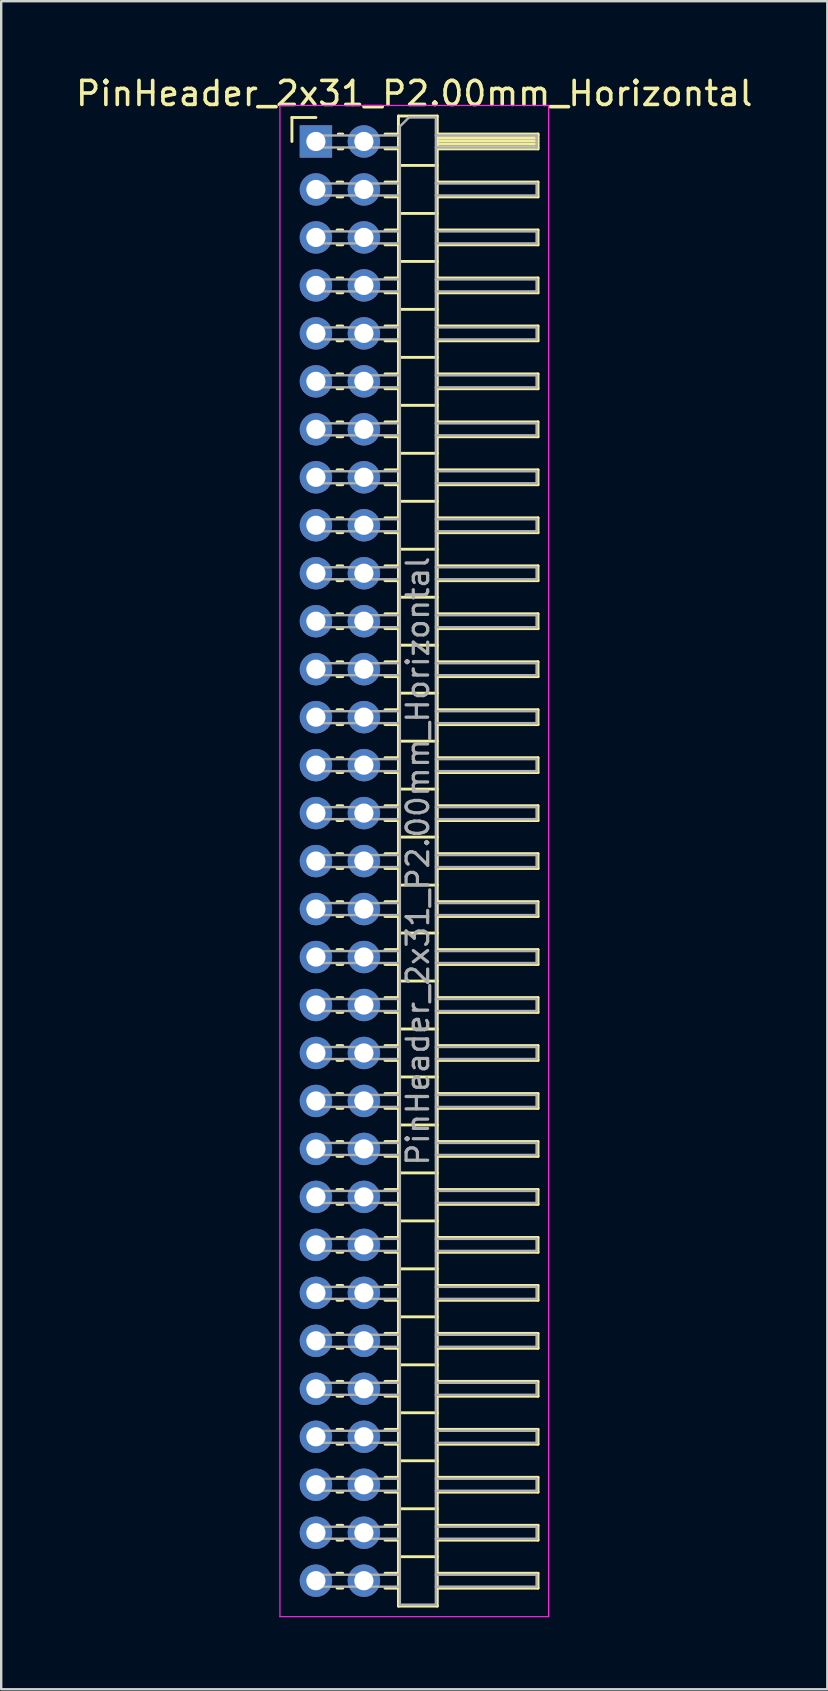
<source format=kicad_pcb>
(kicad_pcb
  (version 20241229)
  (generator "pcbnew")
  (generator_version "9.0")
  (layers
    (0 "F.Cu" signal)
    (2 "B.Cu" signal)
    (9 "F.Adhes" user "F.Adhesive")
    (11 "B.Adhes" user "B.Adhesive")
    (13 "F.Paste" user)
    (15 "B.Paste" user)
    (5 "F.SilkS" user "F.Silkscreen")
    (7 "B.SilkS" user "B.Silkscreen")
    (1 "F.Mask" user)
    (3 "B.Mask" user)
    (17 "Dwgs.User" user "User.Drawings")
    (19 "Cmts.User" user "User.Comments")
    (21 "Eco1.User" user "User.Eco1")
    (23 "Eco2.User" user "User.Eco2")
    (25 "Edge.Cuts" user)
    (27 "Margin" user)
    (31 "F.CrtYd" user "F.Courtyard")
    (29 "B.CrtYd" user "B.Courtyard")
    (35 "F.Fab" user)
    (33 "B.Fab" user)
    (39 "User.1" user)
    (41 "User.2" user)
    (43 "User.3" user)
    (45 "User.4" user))
  (footprint "PinHeader_2x31_P2.00mm_Horizontal"
    (layer "F.Cu")
    (at 10.12 2.848)
    (property "Reference" "PinHeader_2x31_P2.00mm_Horizontal" (at 4.1 -2 0) (layer "F.SilkS") (effects (font (size 1 1) (thickness 0.15))))
    (attr through_hole)
    (fp_line (start -1 -1) (end 0 -1) (stroke (width 0.12) (type solid)) (layer "F.SilkS"))
    (fp_line (start -1 0) (end -1 -1) (stroke (width 0.12) (type solid)) (layer "F.SilkS"))
    (fp_line (start 0.882 1.69) (end 1.118 1.69) (stroke (width 0.12) (type solid)) (layer "F.SilkS"))
    (fp_line (start 0.882 2.31) (end 1.118 2.31) (stroke (width 0.12) (type solid)) (layer "F.SilkS"))
    (fp_line (start 0.882 3.69) (end 1.118 3.69) (stroke (width 0.12) (type solid)) (layer "F.SilkS"))
    (fp_line (start 0.882 4.31) (end 1.118 4.31) (stroke (width 0.12) (type solid)) (layer "F.SilkS"))
    (fp_line (start 0.882 5.69) (end 1.118 5.69) (stroke (width 0.12) (type solid)) (layer "F.SilkS"))
    (fp_line (start 0.882 6.31) (end 1.118 6.31) (stroke (width 0.12) (type solid)) (layer "F.SilkS"))
    (fp_line (start 0.882 7.69) (end 1.118 7.69) (stroke (width 0.12) (type solid)) (layer "F.SilkS"))
    (fp_line (start 0.882 8.31) (end 1.118 8.31) (stroke (width 0.12) (type solid)) (layer "F.SilkS"))
    (fp_line (start 0.882 9.69) (end 1.118 9.69) (stroke (width 0.12) (type solid)) (layer "F.SilkS"))
    (fp_line (start 0.882 10.31) (end 1.118 10.31) (stroke (width 0.12) (type solid)) (layer "F.SilkS"))
    (fp_line (start 0.882 11.69) (end 1.118 11.69) (stroke (width 0.12) (type solid)) (layer "F.SilkS"))
    (fp_line (start 0.882 12.31) (end 1.118 12.31) (stroke (width 0.12) (type solid)) (layer "F.SilkS"))
    (fp_line (start 0.882 13.69) (end 1.118 13.69) (stroke (width 0.12) (type solid)) (layer "F.SilkS"))
    (fp_line (start 0.882 14.31) (end 1.118 14.31) (stroke (width 0.12) (type solid)) (layer "F.SilkS"))
    (fp_line (start 0.882 15.69) (end 1.118 15.69) (stroke (width 0.12) (type solid)) (layer "F.SilkS"))
    (fp_line (start 0.882 16.31) (end 1.118 16.31) (stroke (width 0.12) (type solid)) (layer "F.SilkS"))
    (fp_line (start 0.882 17.69) (end 1.118 17.69) (stroke (width 0.12) (type solid)) (layer "F.SilkS"))
    (fp_line (start 0.882 18.31) (end 1.118 18.31) (stroke (width 0.12) (type solid)) (layer "F.SilkS"))
    (fp_line (start 0.882 19.69) (end 1.118 19.69) (stroke (width 0.12) (type solid)) (layer "F.SilkS"))
    (fp_line (start 0.882 20.31) (end 1.118 20.31) (stroke (width 0.12) (type solid)) (layer "F.SilkS"))
    (fp_line (start 0.882 21.69) (end 1.118 21.69) (stroke (width 0.12) (type solid)) (layer "F.SilkS"))
    (fp_line (start 0.882 22.31) (end 1.118 22.31) (stroke (width 0.12) (type solid)) (layer "F.SilkS"))
    (fp_line (start 0.882 23.69) (end 1.118 23.69) (stroke (width 0.12) (type solid)) (layer "F.SilkS"))
    (fp_line (start 0.882 24.31) (end 1.118 24.31) (stroke (width 0.12) (type solid)) (layer "F.SilkS"))
    (fp_line (start 0.882 25.69) (end 1.118 25.69) (stroke (width 0.12) (type solid)) (layer "F.SilkS"))
    (fp_line (start 0.882 26.31) (end 1.118 26.31) (stroke (width 0.12) (type solid)) (layer "F.SilkS"))
    (fp_line (start 0.882 27.69) (end 1.118 27.69) (stroke (width 0.12) (type solid)) (layer "F.SilkS"))
    (fp_line (start 0.882 28.31) (end 1.118 28.31) (stroke (width 0.12) (type solid)) (layer "F.SilkS"))
    (fp_line (start 0.882 29.69) (end 1.118 29.69) (stroke (width 0.12) (type solid)) (layer "F.SilkS"))
    (fp_line (start 0.882 30.31) (end 1.118 30.31) (stroke (width 0.12) (type solid)) (layer "F.SilkS"))
    (fp_line (start 0.882 31.69) (end 1.118 31.69) (stroke (width 0.12) (type solid)) (layer "F.SilkS"))
    (fp_line (start 0.882 32.31) (end 1.118 32.31) (stroke (width 0.12) (type solid)) (layer "F.SilkS"))
    (fp_line (start 0.882 33.69) (end 1.118 33.69) (stroke (width 0.12) (type solid)) (layer "F.SilkS"))
    (fp_line (start 0.882 34.31) (end 1.118 34.31) (stroke (width 0.12) (type solid)) (layer "F.SilkS"))
    (fp_line (start 0.882 35.69) (end 1.118 35.69) (stroke (width 0.12) (type solid)) (layer "F.SilkS"))
    (fp_line (start 0.882 36.31) (end 1.118 36.31) (stroke (width 0.12) (type solid)) (layer "F.SilkS"))
    (fp_line (start 0.882 37.69) (end 1.118 37.69) (stroke (width 0.12) (type solid)) (layer "F.SilkS"))
    (fp_line (start 0.882 38.31) (end 1.118 38.31) (stroke (width 0.12) (type solid)) (layer "F.SilkS"))
    (fp_line (start 0.882 39.69) (end 1.118 39.69) (stroke (width 0.12) (type solid)) (layer "F.SilkS"))
    (fp_line (start 0.882 40.31) (end 1.118 40.31) (stroke (width 0.12) (type solid)) (layer "F.SilkS"))
    (fp_line (start 0.882 41.69) (end 1.118 41.69) (stroke (width 0.12) (type solid)) (layer "F.SilkS"))
    (fp_line (start 0.882 42.31) (end 1.118 42.31) (stroke (width 0.12) (type solid)) (layer "F.SilkS"))
    (fp_line (start 0.882 43.69) (end 1.118 43.69) (stroke (width 0.12) (type solid)) (layer "F.SilkS"))
    (fp_line (start 0.882 44.31) (end 1.118 44.31) (stroke (width 0.12) (type solid)) (layer "F.SilkS"))
    (fp_line (start 0.882 45.69) (end 1.118 45.69) (stroke (width 0.12) (type solid)) (layer "F.SilkS"))
    (fp_line (start 0.882 46.31) (end 1.118 46.31) (stroke (width 0.12) (type solid)) (layer "F.SilkS"))
    (fp_line (start 0.882 47.69) (end 1.118 47.69) (stroke (width 0.12) (type solid)) (layer "F.SilkS"))
    (fp_line (start 0.882 48.31) (end 1.118 48.31) (stroke (width 0.12) (type solid)) (layer "F.SilkS"))
    (fp_line (start 0.882 49.69) (end 1.118 49.69) (stroke (width 0.12) (type solid)) (layer "F.SilkS"))
    (fp_line (start 0.882 50.31) (end 1.118 50.31) (stroke (width 0.12) (type solid)) (layer "F.SilkS"))
    (fp_line (start 0.882 51.69) (end 1.118 51.69) (stroke (width 0.12) (type solid)) (layer "F.SilkS"))
    (fp_line (start 0.882 52.31) (end 1.118 52.31) (stroke (width 0.12) (type solid)) (layer "F.SilkS"))
    (fp_line (start 0.882 53.69) (end 1.118 53.69) (stroke (width 0.12) (type solid)) (layer "F.SilkS"))
    (fp_line (start 0.882 54.31) (end 1.118 54.31) (stroke (width 0.12) (type solid)) (layer "F.SilkS"))
    (fp_line (start 0.882 55.69) (end 1.118 55.69) (stroke (width 0.12) (type solid)) (layer "F.SilkS"))
    (fp_line (start 0.882 56.31) (end 1.118 56.31) (stroke (width 0.12) (type solid)) (layer "F.SilkS"))
    (fp_line (start 0.882 57.69) (end 1.118 57.69) (stroke (width 0.12) (type solid)) (layer "F.SilkS"))
    (fp_line (start 0.882 58.31) (end 1.118 58.31) (stroke (width 0.12) (type solid)) (layer "F.SilkS"))
    (fp_line (start 0.882 59.69) (end 1.118 59.69) (stroke (width 0.12) (type solid)) (layer "F.SilkS"))
    (fp_line (start 0.882 60.31) (end 1.118 60.31) (stroke (width 0.12) (type solid)) (layer "F.SilkS"))
    (fp_line (start 0.935 -0.31) (end 1.118 -0.31) (stroke (width 0.12) (type solid)) (layer "F.SilkS"))
    (fp_line (start 0.935 0.31) (end 1.118 0.31) (stroke (width 0.12) (type solid)) (layer "F.SilkS"))
    (fp_line (start 2.882 -0.31) (end 3.44 -0.31) (stroke (width 0.12) (type solid)) (layer "F.SilkS"))
    (fp_line (start 2.882 0.31) (end 3.44 0.31) (stroke (width 0.12) (type solid)) (layer "F.SilkS"))
    (fp_line (start 2.882 1.69) (end 3.44 1.69) (stroke (width 0.12) (type solid)) (layer "F.SilkS"))
    (fp_line (start 2.882 2.31) (end 3.44 2.31) (stroke (width 0.12) (type solid)) (layer "F.SilkS"))
    (fp_line (start 2.882 3.69) (end 3.44 3.69) (stroke (width 0.12) (type solid)) (layer "F.SilkS"))
    (fp_line (start 2.882 4.31) (end 3.44 4.31) (stroke (width 0.12) (type solid)) (layer "F.SilkS"))
    (fp_line (start 2.882 5.69) (end 3.44 5.69) (stroke (width 0.12) (type solid)) (layer "F.SilkS"))
    (fp_line (start 2.882 6.31) (end 3.44 6.31) (stroke (width 0.12) (type solid)) (layer "F.SilkS"))
    (fp_line (start 2.882 7.69) (end 3.44 7.69) (stroke (width 0.12) (type solid)) (layer "F.SilkS"))
    (fp_line (start 2.882 8.31) (end 3.44 8.31) (stroke (width 0.12) (type solid)) (layer "F.SilkS"))
    (fp_line (start 2.882 9.69) (end 3.44 9.69) (stroke (width 0.12) (type solid)) (layer "F.SilkS"))
    (fp_line (start 2.882 10.31) (end 3.44 10.31) (stroke (width 0.12) (type solid)) (layer "F.SilkS"))
    (fp_line (start 2.882 11.69) (end 3.44 11.69) (stroke (width 0.12) (type solid)) (layer "F.SilkS"))
    (fp_line (start 2.882 12.31) (end 3.44 12.31) (stroke (width 0.12) (type solid)) (layer "F.SilkS"))
    (fp_line (start 2.882 13.69) (end 3.44 13.69) (stroke (width 0.12) (type solid)) (layer "F.SilkS"))
    (fp_line (start 2.882 14.31) (end 3.44 14.31) (stroke (width 0.12) (type solid)) (layer "F.SilkS"))
    (fp_line (start 2.882 15.69) (end 3.44 15.69) (stroke (width 0.12) (type solid)) (layer "F.SilkS"))
    (fp_line (start 2.882 16.31) (end 3.44 16.31) (stroke (width 0.12) (type solid)) (layer "F.SilkS"))
    (fp_line (start 2.882 17.69) (end 3.44 17.69) (stroke (width 0.12) (type solid)) (layer "F.SilkS"))
    (fp_line (start 2.882 18.31) (end 3.44 18.31) (stroke (width 0.12) (type solid)) (layer "F.SilkS"))
    (fp_line (start 2.882 19.69) (end 3.44 19.69) (stroke (width 0.12) (type solid)) (layer "F.SilkS"))
    (fp_line (start 2.882 20.31) (end 3.44 20.31) (stroke (width 0.12) (type solid)) (layer "F.SilkS"))
    (fp_line (start 2.882 21.69) (end 3.44 21.69) (stroke (width 0.12) (type solid)) (layer "F.SilkS"))
    (fp_line (start 2.882 22.31) (end 3.44 22.31) (stroke (width 0.12) (type solid)) (layer "F.SilkS"))
    (fp_line (start 2.882 23.69) (end 3.44 23.69) (stroke (width 0.12) (type solid)) (layer "F.SilkS"))
    (fp_line (start 2.882 24.31) (end 3.44 24.31) (stroke (width 0.12) (type solid)) (layer "F.SilkS"))
    (fp_line (start 2.882 25.69) (end 3.44 25.69) (stroke (width 0.12) (type solid)) (layer "F.SilkS"))
    (fp_line (start 2.882 26.31) (end 3.44 26.31) (stroke (width 0.12) (type solid)) (layer "F.SilkS"))
    (fp_line (start 2.882 27.69) (end 3.44 27.69) (stroke (width 0.12) (type solid)) (layer "F.SilkS"))
    (fp_line (start 2.882 28.31) (end 3.44 28.31) (stroke (width 0.12) (type solid)) (layer "F.SilkS"))
    (fp_line (start 2.882 29.69) (end 3.44 29.69) (stroke (width 0.12) (type solid)) (layer "F.SilkS"))
    (fp_line (start 2.882 30.31) (end 3.44 30.31) (stroke (width 0.12) (type solid)) (layer "F.SilkS"))
    (fp_line (start 2.882 31.69) (end 3.44 31.69) (stroke (width 0.12) (type solid)) (layer "F.SilkS"))
    (fp_line (start 2.882 32.31) (end 3.44 32.31) (stroke (width 0.12) (type solid)) (layer "F.SilkS"))
    (fp_line (start 2.882 33.69) (end 3.44 33.69) (stroke (width 0.12) (type solid)) (layer "F.SilkS"))
    (fp_line (start 2.882 34.31) (end 3.44 34.31) (stroke (width 0.12) (type solid)) (layer "F.SilkS"))
    (fp_line (start 2.882 35.69) (end 3.44 35.69) (stroke (width 0.12) (type solid)) (layer "F.SilkS"))
    (fp_line (start 2.882 36.31) (end 3.44 36.31) (stroke (width 0.12) (type solid)) (layer "F.SilkS"))
    (fp_line (start 2.882 37.69) (end 3.44 37.69) (stroke (width 0.12) (type solid)) (layer "F.SilkS"))
    (fp_line (start 2.882 38.31) (end 3.44 38.31) (stroke (width 0.12) (type solid)) (layer "F.SilkS"))
    (fp_line (start 2.882 39.69) (end 3.44 39.69) (stroke (width 0.12) (type solid)) (layer "F.SilkS"))
    (fp_line (start 2.882 40.31) (end 3.44 40.31) (stroke (width 0.12) (type solid)) (layer "F.SilkS"))
    (fp_line (start 2.882 41.69) (end 3.44 41.69) (stroke (width 0.12) (type solid)) (layer "F.SilkS"))
    (fp_line (start 2.882 42.31) (end 3.44 42.31) (stroke (width 0.12) (type solid)) (layer "F.SilkS"))
    (fp_line (start 2.882 43.69) (end 3.44 43.69) (stroke (width 0.12) (type solid)) (layer "F.SilkS"))
    (fp_line (start 2.882 44.31) (end 3.44 44.31) (stroke (width 0.12) (type solid)) (layer "F.SilkS"))
    (fp_line (start 2.882 45.69) (end 3.44 45.69) (stroke (width 0.12) (type solid)) (layer "F.SilkS"))
    (fp_line (start 2.882 46.31) (end 3.44 46.31) (stroke (width 0.12) (type solid)) (layer "F.SilkS"))
    (fp_line (start 2.882 47.69) (end 3.44 47.69) (stroke (width 0.12) (type solid)) (layer "F.SilkS"))
    (fp_line (start 2.882 48.31) (end 3.44 48.31) (stroke (width 0.12) (type solid)) (layer "F.SilkS"))
    (fp_line (start 2.882 49.69) (end 3.44 49.69) (stroke (width 0.12) (type solid)) (layer "F.SilkS"))
    (fp_line (start 2.882 50.31) (end 3.44 50.31) (stroke (width 0.12) (type solid)) (layer "F.SilkS"))
    (fp_line (start 2.882 51.69) (end 3.44 51.69) (stroke (width 0.12) (type solid)) (layer "F.SilkS"))
    (fp_line (start 2.882 52.31) (end 3.44 52.31) (stroke (width 0.12) (type solid)) (layer "F.SilkS"))
    (fp_line (start 2.882 53.69) (end 3.44 53.69) (stroke (width 0.12) (type solid)) (layer "F.SilkS"))
    (fp_line (start 2.882 54.31) (end 3.44 54.31) (stroke (width 0.12) (type solid)) (layer "F.SilkS"))
    (fp_line (start 2.882 55.69) (end 3.44 55.69) (stroke (width 0.12) (type solid)) (layer "F.SilkS"))
    (fp_line (start 2.882 56.31) (end 3.44 56.31) (stroke (width 0.12) (type solid)) (layer "F.SilkS"))
    (fp_line (start 2.882 57.69) (end 3.44 57.69) (stroke (width 0.12) (type solid)) (layer "F.SilkS"))
    (fp_line (start 2.882 58.31) (end 3.44 58.31) (stroke (width 0.12) (type solid)) (layer "F.SilkS"))
    (fp_line (start 2.882 59.69) (end 3.44 59.69) (stroke (width 0.12) (type solid)) (layer "F.SilkS"))
    (fp_line (start 2.882 60.31) (end 3.44 60.31) (stroke (width 0.12) (type solid)) (layer "F.SilkS"))
    (fp_line (start 3.44 -1.06) (end 3.44 61.06) (stroke (width 0.12) (type solid)) (layer "F.SilkS"))
    (fp_line (start 3.44 1) (end 5.06 1) (stroke (width 0.12) (type solid)) (layer "F.SilkS"))
    (fp_line (start 3.44 3) (end 5.06 3) (stroke (width 0.12) (type solid)) (layer "F.SilkS"))
    (fp_line (start 3.44 5) (end 5.06 5) (stroke (width 0.12) (type solid)) (layer "F.SilkS"))
    (fp_line (start 3.44 7) (end 5.06 7) (stroke (width 0.12) (type solid)) (layer "F.SilkS"))
    (fp_line (start 3.44 9) (end 5.06 9) (stroke (width 0.12) (type solid)) (layer "F.SilkS"))
    (fp_line (start 3.44 11) (end 5.06 11) (stroke (width 0.12) (type solid)) (layer "F.SilkS"))
    (fp_line (start 3.44 13) (end 5.06 13) (stroke (width 0.12) (type solid)) (layer "F.SilkS"))
    (fp_line (start 3.44 15) (end 5.06 15) (stroke (width 0.12) (type solid)) (layer "F.SilkS"))
    (fp_line (start 3.44 17) (end 5.06 17) (stroke (width 0.12) (type solid)) (layer "F.SilkS"))
    (fp_line (start 3.44 19) (end 5.06 19) (stroke (width 0.12) (type solid)) (layer "F.SilkS"))
    (fp_line (start 3.44 21) (end 5.06 21) (stroke (width 0.12) (type solid)) (layer "F.SilkS"))
    (fp_line (start 3.44 23) (end 5.06 23) (stroke (width 0.12) (type solid)) (layer "F.SilkS"))
    (fp_line (start 3.44 25) (end 5.06 25) (stroke (width 0.12) (type solid)) (layer "F.SilkS"))
    (fp_line (start 3.44 27) (end 5.06 27) (stroke (width 0.12) (type solid)) (layer "F.SilkS"))
    (fp_line (start 3.44 29) (end 5.06 29) (stroke (width 0.12) (type solid)) (layer "F.SilkS"))
    (fp_line (start 3.44 31) (end 5.06 31) (stroke (width 0.12) (type solid)) (layer "F.SilkS"))
    (fp_line (start 3.44 33) (end 5.06 33) (stroke (width 0.12) (type solid)) (layer "F.SilkS"))
    (fp_line (start 3.44 35) (end 5.06 35) (stroke (width 0.12) (type solid)) (layer "F.SilkS"))
    (fp_line (start 3.44 37) (end 5.06 37) (stroke (width 0.12) (type solid)) (layer "F.SilkS"))
    (fp_line (start 3.44 39) (end 5.06 39) (stroke (width 0.12) (type solid)) (layer "F.SilkS"))
    (fp_line (start 3.44 41) (end 5.06 41) (stroke (width 0.12) (type solid)) (layer "F.SilkS"))
    (fp_line (start 3.44 43) (end 5.06 43) (stroke (width 0.12) (type solid)) (layer "F.SilkS"))
    (fp_line (start 3.44 45) (end 5.06 45) (stroke (width 0.12) (type solid)) (layer "F.SilkS"))
    (fp_line (start 3.44 47) (end 5.06 47) (stroke (width 0.12) (type solid)) (layer "F.SilkS"))
    (fp_line (start 3.44 49) (end 5.06 49) (stroke (width 0.12) (type solid)) (layer "F.SilkS"))
    (fp_line (start 3.44 51) (end 5.06 51) (stroke (width 0.12) (type solid)) (layer "F.SilkS"))
    (fp_line (start 3.44 53) (end 5.06 53) (stroke (width 0.12) (type solid)) (layer "F.SilkS"))
    (fp_line (start 3.44 55) (end 5.06 55) (stroke (width 0.12) (type solid)) (layer "F.SilkS"))
    (fp_line (start 3.44 57) (end 5.06 57) (stroke (width 0.12) (type solid)) (layer "F.SilkS"))
    (fp_line (start 3.44 59) (end 5.06 59) (stroke (width 0.12) (type solid)) (layer "F.SilkS"))
    (fp_line (start 3.44 61.06) (end 5.06 61.06) (stroke (width 0.12) (type solid)) (layer "F.SilkS"))
    (fp_line (start 5.06 -1.06) (end 3.44 -1.06) (stroke (width 0.12) (type solid)) (layer "F.SilkS"))
    (fp_line (start 5.06 -0.31) (end 9.26 -0.31) (stroke (width 0.12) (type solid)) (layer "F.SilkS"))
    (fp_line (start 5.06 -0.25) (end 9.26 -0.25) (stroke (width 0.12) (type solid)) (layer "F.SilkS"))
    (fp_line (start 5.06 -0.13) (end 9.26 -0.13) (stroke (width 0.12) (type solid)) (layer "F.SilkS"))
    (fp_line (start 5.06 -0.01) (end 9.26 -0.01) (stroke (width 0.12) (type solid)) (layer "F.SilkS"))
    (fp_line (start 5.06 0.11) (end 9.26 0.11) (stroke (width 0.12) (type solid)) (layer "F.SilkS"))
    (fp_line (start 5.06 0.23) (end 9.26 0.23) (stroke (width 0.12) (type solid)) (layer "F.SilkS"))
    (fp_line (start 5.06 1.69) (end 9.26 1.69) (stroke (width 0.12) (type solid)) (layer "F.SilkS"))
    (fp_line (start 5.06 3.69) (end 9.26 3.69) (stroke (width 0.12) (type solid)) (layer "F.SilkS"))
    (fp_line (start 5.06 5.69) (end 9.26 5.69) (stroke (width 0.12) (type solid)) (layer "F.SilkS"))
    (fp_line (start 5.06 7.69) (end 9.26 7.69) (stroke (width 0.12) (type solid)) (layer "F.SilkS"))
    (fp_line (start 5.06 9.69) (end 9.26 9.69) (stroke (width 0.12) (type solid)) (layer "F.SilkS"))
    (fp_line (start 5.06 11.69) (end 9.26 11.69) (stroke (width 0.12) (type solid)) (layer "F.SilkS"))
    (fp_line (start 5.06 13.69) (end 9.26 13.69) (stroke (width 0.12) (type solid)) (layer "F.SilkS"))
    (fp_line (start 5.06 15.69) (end 9.26 15.69) (stroke (width 0.12) (type solid)) (layer "F.SilkS"))
    (fp_line (start 5.06 17.69) (end 9.26 17.69) (stroke (width 0.12) (type solid)) (layer "F.SilkS"))
    (fp_line (start 5.06 19.69) (end 9.26 19.69) (stroke (width 0.12) (type solid)) (layer "F.SilkS"))
    (fp_line (start 5.06 21.69) (end 9.26 21.69) (stroke (width 0.12) (type solid)) (layer "F.SilkS"))
    (fp_line (start 5.06 23.69) (end 9.26 23.69) (stroke (width 0.12) (type solid)) (layer "F.SilkS"))
    (fp_line (start 5.06 25.69) (end 9.26 25.69) (stroke (width 0.12) (type solid)) (layer "F.SilkS"))
    (fp_line (start 5.06 27.69) (end 9.26 27.69) (stroke (width 0.12) (type solid)) (layer "F.SilkS"))
    (fp_line (start 5.06 29.69) (end 9.26 29.69) (stroke (width 0.12) (type solid)) (layer "F.SilkS"))
    (fp_line (start 5.06 31.69) (end 9.26 31.69) (stroke (width 0.12) (type solid)) (layer "F.SilkS"))
    (fp_line (start 5.06 33.69) (end 9.26 33.69) (stroke (width 0.12) (type solid)) (layer "F.SilkS"))
    (fp_line (start 5.06 35.69) (end 9.26 35.69) (stroke (width 0.12) (type solid)) (layer "F.SilkS"))
    (fp_line (start 5.06 37.69) (end 9.26 37.69) (stroke (width 0.12) (type solid)) (layer "F.SilkS"))
    (fp_line (start 5.06 39.69) (end 9.26 39.69) (stroke (width 0.12) (type solid)) (layer "F.SilkS"))
    (fp_line (start 5.06 41.69) (end 9.26 41.69) (stroke (width 0.12) (type solid)) (layer "F.SilkS"))
    (fp_line (start 5.06 43.69) (end 9.26 43.69) (stroke (width 0.12) (type solid)) (layer "F.SilkS"))
    (fp_line (start 5.06 45.69) (end 9.26 45.69) (stroke (width 0.12) (type solid)) (layer "F.SilkS"))
    (fp_line (start 5.06 47.69) (end 9.26 47.69) (stroke (width 0.12) (type solid)) (layer "F.SilkS"))
    (fp_line (start 5.06 49.69) (end 9.26 49.69) (stroke (width 0.12) (type solid)) (layer "F.SilkS"))
    (fp_line (start 5.06 51.69) (end 9.26 51.69) (stroke (width 0.12) (type solid)) (layer "F.SilkS"))
    (fp_line (start 5.06 53.69) (end 9.26 53.69) (stroke (width 0.12) (type solid)) (layer "F.SilkS"))
    (fp_line (start 5.06 55.69) (end 9.26 55.69) (stroke (width 0.12) (type solid)) (layer "F.SilkS"))
    (fp_line (start 5.06 57.69) (end 9.26 57.69) (stroke (width 0.12) (type solid)) (layer "F.SilkS"))
    (fp_line (start 5.06 59.69) (end 9.26 59.69) (stroke (width 0.12) (type solid)) (layer "F.SilkS"))
    (fp_line (start 5.06 61.06) (end 5.06 -1.06) (stroke (width 0.12) (type solid)) (layer "F.SilkS"))
    (fp_line (start 9.26 -0.31) (end 9.26 0.31) (stroke (width 0.12) (type solid)) (layer "F.SilkS"))
    (fp_line (start 9.26 0.31) (end 5.06 0.31) (stroke (width 0.12) (type solid)) (layer "F.SilkS"))
    (fp_line (start 9.26 1.69) (end 9.26 2.31) (stroke (width 0.12) (type solid)) (layer "F.SilkS"))
    (fp_line (start 9.26 2.31) (end 5.06 2.31) (stroke (width 0.12) (type solid)) (layer "F.SilkS"))
    (fp_line (start 9.26 3.69) (end 9.26 4.31) (stroke (width 0.12) (type solid)) (layer "F.SilkS"))
    (fp_line (start 9.26 4.31) (end 5.06 4.31) (stroke (width 0.12) (type solid)) (layer "F.SilkS"))
    (fp_line (start 9.26 5.69) (end 9.26 6.31) (stroke (width 0.12) (type solid)) (layer "F.SilkS"))
    (fp_line (start 9.26 6.31) (end 5.06 6.31) (stroke (width 0.12) (type solid)) (layer "F.SilkS"))
    (fp_line (start 9.26 7.69) (end 9.26 8.31) (stroke (width 0.12) (type solid)) (layer "F.SilkS"))
    (fp_line (start 9.26 8.31) (end 5.06 8.31) (stroke (width 0.12) (type solid)) (layer "F.SilkS"))
    (fp_line (start 9.26 9.69) (end 9.26 10.31) (stroke (width 0.12) (type solid)) (layer "F.SilkS"))
    (fp_line (start 9.26 10.31) (end 5.06 10.31) (stroke (width 0.12) (type solid)) (layer "F.SilkS"))
    (fp_line (start 9.26 11.69) (end 9.26 12.31) (stroke (width 0.12) (type solid)) (layer "F.SilkS"))
    (fp_line (start 9.26 12.31) (end 5.06 12.31) (stroke (width 0.12) (type solid)) (layer "F.SilkS"))
    (fp_line (start 9.26 13.69) (end 9.26 14.31) (stroke (width 0.12) (type solid)) (layer "F.SilkS"))
    (fp_line (start 9.26 14.31) (end 5.06 14.31) (stroke (width 0.12) (type solid)) (layer "F.SilkS"))
    (fp_line (start 9.26 15.69) (end 9.26 16.31) (stroke (width 0.12) (type solid)) (layer "F.SilkS"))
    (fp_line (start 9.26 16.31) (end 5.06 16.31) (stroke (width 0.12) (type solid)) (layer "F.SilkS"))
    (fp_line (start 9.26 17.69) (end 9.26 18.31) (stroke (width 0.12) (type solid)) (layer "F.SilkS"))
    (fp_line (start 9.26 18.31) (end 5.06 18.31) (stroke (width 0.12) (type solid)) (layer "F.SilkS"))
    (fp_line (start 9.26 19.69) (end 9.26 20.31) (stroke (width 0.12) (type solid)) (layer "F.SilkS"))
    (fp_line (start 9.26 20.31) (end 5.06 20.31) (stroke (width 0.12) (type solid)) (layer "F.SilkS"))
    (fp_line (start 9.26 21.69) (end 9.26 22.31) (stroke (width 0.12) (type solid)) (layer "F.SilkS"))
    (fp_line (start 9.26 22.31) (end 5.06 22.31) (stroke (width 0.12) (type solid)) (layer "F.SilkS"))
    (fp_line (start 9.26 23.69) (end 9.26 24.31) (stroke (width 0.12) (type solid)) (layer "F.SilkS"))
    (fp_line (start 9.26 24.31) (end 5.06 24.31) (stroke (width 0.12) (type solid)) (layer "F.SilkS"))
    (fp_line (start 9.26 25.69) (end 9.26 26.31) (stroke (width 0.12) (type solid)) (layer "F.SilkS"))
    (fp_line (start 9.26 26.31) (end 5.06 26.31) (stroke (width 0.12) (type solid)) (layer "F.SilkS"))
    (fp_line (start 9.26 27.69) (end 9.26 28.31) (stroke (width 0.12) (type solid)) (layer "F.SilkS"))
    (fp_line (start 9.26 28.31) (end 5.06 28.31) (stroke (width 0.12) (type solid)) (layer "F.SilkS"))
    (fp_line (start 9.26 29.69) (end 9.26 30.31) (stroke (width 0.12) (type solid)) (layer "F.SilkS"))
    (fp_line (start 9.26 30.31) (end 5.06 30.31) (stroke (width 0.12) (type solid)) (layer "F.SilkS"))
    (fp_line (start 9.26 31.69) (end 9.26 32.31) (stroke (width 0.12) (type solid)) (layer "F.SilkS"))
    (fp_line (start 9.26 32.31) (end 5.06 32.31) (stroke (width 0.12) (type solid)) (layer "F.SilkS"))
    (fp_line (start 9.26 33.69) (end 9.26 34.31) (stroke (width 0.12) (type solid)) (layer "F.SilkS"))
    (fp_line (start 9.26 34.31) (end 5.06 34.31) (stroke (width 0.12) (type solid)) (layer "F.SilkS"))
    (fp_line (start 9.26 35.69) (end 9.26 36.31) (stroke (width 0.12) (type solid)) (layer "F.SilkS"))
    (fp_line (start 9.26 36.31) (end 5.06 36.31) (stroke (width 0.12) (type solid)) (layer "F.SilkS"))
    (fp_line (start 9.26 37.69) (end 9.26 38.31) (stroke (width 0.12) (type solid)) (layer "F.SilkS"))
    (fp_line (start 9.26 38.31) (end 5.06 38.31) (stroke (width 0.12) (type solid)) (layer "F.SilkS"))
    (fp_line (start 9.26 39.69) (end 9.26 40.31) (stroke (width 0.12) (type solid)) (layer "F.SilkS"))
    (fp_line (start 9.26 40.31) (end 5.06 40.31) (stroke (width 0.12) (type solid)) (layer "F.SilkS"))
    (fp_line (start 9.26 41.69) (end 9.26 42.31) (stroke (width 0.12) (type solid)) (layer "F.SilkS"))
    (fp_line (start 9.26 42.31) (end 5.06 42.31) (stroke (width 0.12) (type solid)) (layer "F.SilkS"))
    (fp_line (start 9.26 43.69) (end 9.26 44.31) (stroke (width 0.12) (type solid)) (layer "F.SilkS"))
    (fp_line (start 9.26 44.31) (end 5.06 44.31) (stroke (width 0.12) (type solid)) (layer "F.SilkS"))
    (fp_line (start 9.26 45.69) (end 9.26 46.31) (stroke (width 0.12) (type solid)) (layer "F.SilkS"))
    (fp_line (start 9.26 46.31) (end 5.06 46.31) (stroke (width 0.12) (type solid)) (layer "F.SilkS"))
    (fp_line (start 9.26 47.69) (end 9.26 48.31) (stroke (width 0.12) (type solid)) (layer "F.SilkS"))
    (fp_line (start 9.26 48.31) (end 5.06 48.31) (stroke (width 0.12) (type solid)) (layer "F.SilkS"))
    (fp_line (start 9.26 49.69) (end 9.26 50.31) (stroke (width 0.12) (type solid)) (layer "F.SilkS"))
    (fp_line (start 9.26 50.31) (end 5.06 50.31) (stroke (width 0.12) (type solid)) (layer "F.SilkS"))
    (fp_line (start 9.26 51.69) (end 9.26 52.31) (stroke (width 0.12) (type solid)) (layer "F.SilkS"))
    (fp_line (start 9.26 52.31) (end 5.06 52.31) (stroke (width 0.12) (type solid)) (layer "F.SilkS"))
    (fp_line (start 9.26 53.69) (end 9.26 54.31) (stroke (width 0.12) (type solid)) (layer "F.SilkS"))
    (fp_line (start 9.26 54.31) (end 5.06 54.31) (stroke (width 0.12) (type solid)) (layer "F.SilkS"))
    (fp_line (start 9.26 55.69) (end 9.26 56.31) (stroke (width 0.12) (type solid)) (layer "F.SilkS"))
    (fp_line (start 9.26 56.31) (end 5.06 56.31) (stroke (width 0.12) (type solid)) (layer "F.SilkS"))
    (fp_line (start 9.26 57.69) (end 9.26 58.31) (stroke (width 0.12) (type solid)) (layer "F.SilkS"))
    (fp_line (start 9.26 58.31) (end 5.06 58.31) (stroke (width 0.12) (type solid)) (layer "F.SilkS"))
    (fp_line (start 9.26 59.69) (end 9.26 60.31) (stroke (width 0.12) (type solid)) (layer "F.SilkS"))
    (fp_line (start 9.26 60.31) (end 5.06 60.31) (stroke (width 0.12) (type solid)) (layer "F.SilkS"))
    (fp_line (start -1.5 -1.5) (end -1.5 61.5) (stroke (width 0.05) (type solid)) (layer "F.CrtYd"))
    (fp_line (start -1.5 61.5) (end 9.7 61.5) (stroke (width 0.05) (type solid)) (layer "F.CrtYd"))
    (fp_line (start 9.7 -1.5) (end -1.5 -1.5) (stroke (width 0.05) (type solid)) (layer "F.CrtYd"))
    (fp_line (start 9.7 61.5) (end 9.7 -1.5) (stroke (width 0.05) (type solid)) (layer "F.CrtYd"))
    (fp_line (start -0.25 -0.25) (end -0.25 0.25) (stroke (width 0.1) (type solid)) (layer "F.Fab"))
    (fp_line (start -0.25 -0.25) (end 3.5 -0.25) (stroke (width 0.1) (type solid)) (layer "F.Fab"))
    (fp_line (start -0.25 0.25) (end 3.5 0.25) (stroke (width 0.1) (type solid)) (layer "F.Fab"))
    (fp_line (start -0.25 1.75) (end -0.25 2.25) (stroke (width 0.1) (type solid)) (layer "F.Fab"))
    (fp_line (start -0.25 1.75) (end 3.5 1.75) (stroke (width 0.1) (type solid)) (layer "F.Fab"))
    (fp_line (start -0.25 2.25) (end 3.5 2.25) (stroke (width 0.1) (type solid)) (layer "F.Fab"))
    (fp_line (start -0.25 3.75) (end -0.25 4.25) (stroke (width 0.1) (type solid)) (layer "F.Fab"))
    (fp_line (start -0.25 3.75) (end 3.5 3.75) (stroke (width 0.1) (type solid)) (layer "F.Fab"))
    (fp_line (start -0.25 4.25) (end 3.5 4.25) (stroke (width 0.1) (type solid)) (layer "F.Fab"))
    (fp_line (start -0.25 5.75) (end -0.25 6.25) (stroke (width 0.1) (type solid)) (layer "F.Fab"))
    (fp_line (start -0.25 5.75) (end 3.5 5.75) (stroke (width 0.1) (type solid)) (layer "F.Fab"))
    (fp_line (start -0.25 6.25) (end 3.5 6.25) (stroke (width 0.1) (type solid)) (layer "F.Fab"))
    (fp_line (start -0.25 7.75) (end -0.25 8.25) (stroke (width 0.1) (type solid)) (layer "F.Fab"))
    (fp_line (start -0.25 7.75) (end 3.5 7.75) (stroke (width 0.1) (type solid)) (layer "F.Fab"))
    (fp_line (start -0.25 8.25) (end 3.5 8.25) (stroke (width 0.1) (type solid)) (layer "F.Fab"))
    (fp_line (start -0.25 9.75) (end -0.25 10.25) (stroke (width 0.1) (type solid)) (layer "F.Fab"))
    (fp_line (start -0.25 9.75) (end 3.5 9.75) (stroke (width 0.1) (type solid)) (layer "F.Fab"))
    (fp_line (start -0.25 10.25) (end 3.5 10.25) (stroke (width 0.1) (type solid)) (layer "F.Fab"))
    (fp_line (start -0.25 11.75) (end -0.25 12.25) (stroke (width 0.1) (type solid)) (layer "F.Fab"))
    (fp_line (start -0.25 11.75) (end 3.5 11.75) (stroke (width 0.1) (type solid)) (layer "F.Fab"))
    (fp_line (start -0.25 12.25) (end 3.5 12.25) (stroke (width 0.1) (type solid)) (layer "F.Fab"))
    (fp_line (start -0.25 13.75) (end -0.25 14.25) (stroke (width 0.1) (type solid)) (layer "F.Fab"))
    (fp_line (start -0.25 13.75) (end 3.5 13.75) (stroke (width 0.1) (type solid)) (layer "F.Fab"))
    (fp_line (start -0.25 14.25) (end 3.5 14.25) (stroke (width 0.1) (type solid)) (layer "F.Fab"))
    (fp_line (start -0.25 15.75) (end -0.25 16.25) (stroke (width 0.1) (type solid)) (layer "F.Fab"))
    (fp_line (start -0.25 15.75) (end 3.5 15.75) (stroke (width 0.1) (type solid)) (layer "F.Fab"))
    (fp_line (start -0.25 16.25) (end 3.5 16.25) (stroke (width 0.1) (type solid)) (layer "F.Fab"))
    (fp_line (start -0.25 17.75) (end -0.25 18.25) (stroke (width 0.1) (type solid)) (layer "F.Fab"))
    (fp_line (start -0.25 17.75) (end 3.5 17.75) (stroke (width 0.1) (type solid)) (layer "F.Fab"))
    (fp_line (start -0.25 18.25) (end 3.5 18.25) (stroke (width 0.1) (type solid)) (layer "F.Fab"))
    (fp_line (start -0.25 19.75) (end -0.25 20.25) (stroke (width 0.1) (type solid)) (layer "F.Fab"))
    (fp_line (start -0.25 19.75) (end 3.5 19.75) (stroke (width 0.1) (type solid)) (layer "F.Fab"))
    (fp_line (start -0.25 20.25) (end 3.5 20.25) (stroke (width 0.1) (type solid)) (layer "F.Fab"))
    (fp_line (start -0.25 21.75) (end -0.25 22.25) (stroke (width 0.1) (type solid)) (layer "F.Fab"))
    (fp_line (start -0.25 21.75) (end 3.5 21.75) (stroke (width 0.1) (type solid)) (layer "F.Fab"))
    (fp_line (start -0.25 22.25) (end 3.5 22.25) (stroke (width 0.1) (type solid)) (layer "F.Fab"))
    (fp_line (start -0.25 23.75) (end -0.25 24.25) (stroke (width 0.1) (type solid)) (layer "F.Fab"))
    (fp_line (start -0.25 23.75) (end 3.5 23.75) (stroke (width 0.1) (type solid)) (layer "F.Fab"))
    (fp_line (start -0.25 24.25) (end 3.5 24.25) (stroke (width 0.1) (type solid)) (layer "F.Fab"))
    (fp_line (start -0.25 25.75) (end -0.25 26.25) (stroke (width 0.1) (type solid)) (layer "F.Fab"))
    (fp_line (start -0.25 25.75) (end 3.5 25.75) (stroke (width 0.1) (type solid)) (layer "F.Fab"))
    (fp_line (start -0.25 26.25) (end 3.5 26.25) (stroke (width 0.1) (type solid)) (layer "F.Fab"))
    (fp_line (start -0.25 27.75) (end -0.25 28.25) (stroke (width 0.1) (type solid)) (layer "F.Fab"))
    (fp_line (start -0.25 27.75) (end 3.5 27.75) (stroke (width 0.1) (type solid)) (layer "F.Fab"))
    (fp_line (start -0.25 28.25) (end 3.5 28.25) (stroke (width 0.1) (type solid)) (layer "F.Fab"))
    (fp_line (start -0.25 29.75) (end -0.25 30.25) (stroke (width 0.1) (type solid)) (layer "F.Fab"))
    (fp_line (start -0.25 29.75) (end 3.5 29.75) (stroke (width 0.1) (type solid)) (layer "F.Fab"))
    (fp_line (start -0.25 30.25) (end 3.5 30.25) (stroke (width 0.1) (type solid)) (layer "F.Fab"))
    (fp_line (start -0.25 31.75) (end -0.25 32.25) (stroke (width 0.1) (type solid)) (layer "F.Fab"))
    (fp_line (start -0.25 31.75) (end 3.5 31.75) (stroke (width 0.1) (type solid)) (layer "F.Fab"))
    (fp_line (start -0.25 32.25) (end 3.5 32.25) (stroke (width 0.1) (type solid)) (layer "F.Fab"))
    (fp_line (start -0.25 33.75) (end -0.25 34.25) (stroke (width 0.1) (type solid)) (layer "F.Fab"))
    (fp_line (start -0.25 33.75) (end 3.5 33.75) (stroke (width 0.1) (type solid)) (layer "F.Fab"))
    (fp_line (start -0.25 34.25) (end 3.5 34.25) (stroke (width 0.1) (type solid)) (layer "F.Fab"))
    (fp_line (start -0.25 35.75) (end -0.25 36.25) (stroke (width 0.1) (type solid)) (layer "F.Fab"))
    (fp_line (start -0.25 35.75) (end 3.5 35.75) (stroke (width 0.1) (type solid)) (layer "F.Fab"))
    (fp_line (start -0.25 36.25) (end 3.5 36.25) (stroke (width 0.1) (type solid)) (layer "F.Fab"))
    (fp_line (start -0.25 37.75) (end -0.25 38.25) (stroke (width 0.1) (type solid)) (layer "F.Fab"))
    (fp_line (start -0.25 37.75) (end 3.5 37.75) (stroke (width 0.1) (type solid)) (layer "F.Fab"))
    (fp_line (start -0.25 38.25) (end 3.5 38.25) (stroke (width 0.1) (type solid)) (layer "F.Fab"))
    (fp_line (start -0.25 39.75) (end -0.25 40.25) (stroke (width 0.1) (type solid)) (layer "F.Fab"))
    (fp_line (start -0.25 39.75) (end 3.5 39.75) (stroke (width 0.1) (type solid)) (layer "F.Fab"))
    (fp_line (start -0.25 40.25) (end 3.5 40.25) (stroke (width 0.1) (type solid)) (layer "F.Fab"))
    (fp_line (start -0.25 41.75) (end -0.25 42.25) (stroke (width 0.1) (type solid)) (layer "F.Fab"))
    (fp_line (start -0.25 41.75) (end 3.5 41.75) (stroke (width 0.1) (type solid)) (layer "F.Fab"))
    (fp_line (start -0.25 42.25) (end 3.5 42.25) (stroke (width 0.1) (type solid)) (layer "F.Fab"))
    (fp_line (start -0.25 43.75) (end -0.25 44.25) (stroke (width 0.1) (type solid)) (layer "F.Fab"))
    (fp_line (start -0.25 43.75) (end 3.5 43.75) (stroke (width 0.1) (type solid)) (layer "F.Fab"))
    (fp_line (start -0.25 44.25) (end 3.5 44.25) (stroke (width 0.1) (type solid)) (layer "F.Fab"))
    (fp_line (start -0.25 45.75) (end -0.25 46.25) (stroke (width 0.1) (type solid)) (layer "F.Fab"))
    (fp_line (start -0.25 45.75) (end 3.5 45.75) (stroke (width 0.1) (type solid)) (layer "F.Fab"))
    (fp_line (start -0.25 46.25) (end 3.5 46.25) (stroke (width 0.1) (type solid)) (layer "F.Fab"))
    (fp_line (start -0.25 47.75) (end -0.25 48.25) (stroke (width 0.1) (type solid)) (layer "F.Fab"))
    (fp_line (start -0.25 47.75) (end 3.5 47.75) (stroke (width 0.1) (type solid)) (layer "F.Fab"))
    (fp_line (start -0.25 48.25) (end 3.5 48.25) (stroke (width 0.1) (type solid)) (layer "F.Fab"))
    (fp_line (start -0.25 49.75) (end -0.25 50.25) (stroke (width 0.1) (type solid)) (layer "F.Fab"))
    (fp_line (start -0.25 49.75) (end 3.5 49.75) (stroke (width 0.1) (type solid)) (layer "F.Fab"))
    (fp_line (start -0.25 50.25) (end 3.5 50.25) (stroke (width 0.1) (type solid)) (layer "F.Fab"))
    (fp_line (start -0.25 51.75) (end -0.25 52.25) (stroke (width 0.1) (type solid)) (layer "F.Fab"))
    (fp_line (start -0.25 51.75) (end 3.5 51.75) (stroke (width 0.1) (type solid)) (layer "F.Fab"))
    (fp_line (start -0.25 52.25) (end 3.5 52.25) (stroke (width 0.1) (type solid)) (layer "F.Fab"))
    (fp_line (start -0.25 53.75) (end -0.25 54.25) (stroke (width 0.1) (type solid)) (layer "F.Fab"))
    (fp_line (start -0.25 53.75) (end 3.5 53.75) (stroke (width 0.1) (type solid)) (layer "F.Fab"))
    (fp_line (start -0.25 54.25) (end 3.5 54.25) (stroke (width 0.1) (type solid)) (layer "F.Fab"))
    (fp_line (start -0.25 55.75) (end -0.25 56.25) (stroke (width 0.1) (type solid)) (layer "F.Fab"))
    (fp_line (start -0.25 55.75) (end 3.5 55.75) (stroke (width 0.1) (type solid)) (layer "F.Fab"))
    (fp_line (start -0.25 56.25) (end 3.5 56.25) (stroke (width 0.1) (type solid)) (layer "F.Fab"))
    (fp_line (start -0.25 57.75) (end -0.25 58.25) (stroke (width 0.1) (type solid)) (layer "F.Fab"))
    (fp_line (start -0.25 57.75) (end 3.5 57.75) (stroke (width 0.1) (type solid)) (layer "F.Fab"))
    (fp_line (start -0.25 58.25) (end 3.5 58.25) (stroke (width 0.1) (type solid)) (layer "F.Fab"))
    (fp_line (start -0.25 59.75) (end -0.25 60.25) (stroke (width 0.1) (type solid)) (layer "F.Fab"))
    (fp_line (start -0.25 59.75) (end 3.5 59.75) (stroke (width 0.1) (type solid)) (layer "F.Fab"))
    (fp_line (start -0.25 60.25) (end 3.5 60.25) (stroke (width 0.1) (type solid)) (layer "F.Fab"))
    (fp_line (start 3.5 -0.625) (end 3.875 -1) (stroke (width 0.1) (type solid)) (layer "F.Fab"))
    (fp_line (start 3.5 61) (end 3.5 -0.625) (stroke (width 0.1) (type solid)) (layer "F.Fab"))
    (fp_line (start 3.875 -1) (end 5 -1) (stroke (width 0.1) (type solid)) (layer "F.Fab"))
    (fp_line (start 5 -1) (end 5 61) (stroke (width 0.1) (type solid)) (layer "F.Fab"))
    (fp_line (start 5 -0.25) (end 9.2 -0.25) (stroke (width 0.1) (type solid)) (layer "F.Fab"))
    (fp_line (start 5 0.25) (end 9.2 0.25) (stroke (width 0.1) (type solid)) (layer "F.Fab"))
    (fp_line (start 5 1.75) (end 9.2 1.75) (stroke (width 0.1) (type solid)) (layer "F.Fab"))
    (fp_line (start 5 2.25) (end 9.2 2.25) (stroke (width 0.1) (type solid)) (layer "F.Fab"))
    (fp_line (start 5 3.75) (end 9.2 3.75) (stroke (width 0.1) (type solid)) (layer "F.Fab"))
    (fp_line (start 5 4.25) (end 9.2 4.25) (stroke (width 0.1) (type solid)) (layer "F.Fab"))
    (fp_line (start 5 5.75) (end 9.2 5.75) (stroke (width 0.1) (type solid)) (layer "F.Fab"))
    (fp_line (start 5 6.25) (end 9.2 6.25) (stroke (width 0.1) (type solid)) (layer "F.Fab"))
    (fp_line (start 5 7.75) (end 9.2 7.75) (stroke (width 0.1) (type solid)) (layer "F.Fab"))
    (fp_line (start 5 8.25) (end 9.2 8.25) (stroke (width 0.1) (type solid)) (layer "F.Fab"))
    (fp_line (start 5 9.75) (end 9.2 9.75) (stroke (width 0.1) (type solid)) (layer "F.Fab"))
    (fp_line (start 5 10.25) (end 9.2 10.25) (stroke (width 0.1) (type solid)) (layer "F.Fab"))
    (fp_line (start 5 11.75) (end 9.2 11.75) (stroke (width 0.1) (type solid)) (layer "F.Fab"))
    (fp_line (start 5 12.25) (end 9.2 12.25) (stroke (width 0.1) (type solid)) (layer "F.Fab"))
    (fp_line (start 5 13.75) (end 9.2 13.75) (stroke (width 0.1) (type solid)) (layer "F.Fab"))
    (fp_line (start 5 14.25) (end 9.2 14.25) (stroke (width 0.1) (type solid)) (layer "F.Fab"))
    (fp_line (start 5 15.75) (end 9.2 15.75) (stroke (width 0.1) (type solid)) (layer "F.Fab"))
    (fp_line (start 5 16.25) (end 9.2 16.25) (stroke (width 0.1) (type solid)) (layer "F.Fab"))
    (fp_line (start 5 17.75) (end 9.2 17.75) (stroke (width 0.1) (type solid)) (layer "F.Fab"))
    (fp_line (start 5 18.25) (end 9.2 18.25) (stroke (width 0.1) (type solid)) (layer "F.Fab"))
    (fp_line (start 5 19.75) (end 9.2 19.75) (stroke (width 0.1) (type solid)) (layer "F.Fab"))
    (fp_line (start 5 20.25) (end 9.2 20.25) (stroke (width 0.1) (type solid)) (layer "F.Fab"))
    (fp_line (start 5 21.75) (end 9.2 21.75) (stroke (width 0.1) (type solid)) (layer "F.Fab"))
    (fp_line (start 5 22.25) (end 9.2 22.25) (stroke (width 0.1) (type solid)) (layer "F.Fab"))
    (fp_line (start 5 23.75) (end 9.2 23.75) (stroke (width 0.1) (type solid)) (layer "F.Fab"))
    (fp_line (start 5 24.25) (end 9.2 24.25) (stroke (width 0.1) (type solid)) (layer "F.Fab"))
    (fp_line (start 5 25.75) (end 9.2 25.75) (stroke (width 0.1) (type solid)) (layer "F.Fab"))
    (fp_line (start 5 26.25) (end 9.2 26.25) (stroke (width 0.1) (type solid)) (layer "F.Fab"))
    (fp_line (start 5 27.75) (end 9.2 27.75) (stroke (width 0.1) (type solid)) (layer "F.Fab"))
    (fp_line (start 5 28.25) (end 9.2 28.25) (stroke (width 0.1) (type solid)) (layer "F.Fab"))
    (fp_line (start 5 29.75) (end 9.2 29.75) (stroke (width 0.1) (type solid)) (layer "F.Fab"))
    (fp_line (start 5 30.25) (end 9.2 30.25) (stroke (width 0.1) (type solid)) (layer "F.Fab"))
    (fp_line (start 5 31.75) (end 9.2 31.75) (stroke (width 0.1) (type solid)) (layer "F.Fab"))
    (fp_line (start 5 32.25) (end 9.2 32.25) (stroke (width 0.1) (type solid)) (layer "F.Fab"))
    (fp_line (start 5 33.75) (end 9.2 33.75) (stroke (width 0.1) (type solid)) (layer "F.Fab"))
    (fp_line (start 5 34.25) (end 9.2 34.25) (stroke (width 0.1) (type solid)) (layer "F.Fab"))
    (fp_line (start 5 35.75) (end 9.2 35.75) (stroke (width 0.1) (type solid)) (layer "F.Fab"))
    (fp_line (start 5 36.25) (end 9.2 36.25) (stroke (width 0.1) (type solid)) (layer "F.Fab"))
    (fp_line (start 5 37.75) (end 9.2 37.75) (stroke (width 0.1) (type solid)) (layer "F.Fab"))
    (fp_line (start 5 38.25) (end 9.2 38.25) (stroke (width 0.1) (type solid)) (layer "F.Fab"))
    (fp_line (start 5 39.75) (end 9.2 39.75) (stroke (width 0.1) (type solid)) (layer "F.Fab"))
    (fp_line (start 5 40.25) (end 9.2 40.25) (stroke (width 0.1) (type solid)) (layer "F.Fab"))
    (fp_line (start 5 41.75) (end 9.2 41.75) (stroke (width 0.1) (type solid)) (layer "F.Fab"))
    (fp_line (start 5 42.25) (end 9.2 42.25) (stroke (width 0.1) (type solid)) (layer "F.Fab"))
    (fp_line (start 5 43.75) (end 9.2 43.75) (stroke (width 0.1) (type solid)) (layer "F.Fab"))
    (fp_line (start 5 44.25) (end 9.2 44.25) (stroke (width 0.1) (type solid)) (layer "F.Fab"))
    (fp_line (start 5 45.75) (end 9.2 45.75) (stroke (width 0.1) (type solid)) (layer "F.Fab"))
    (fp_line (start 5 46.25) (end 9.2 46.25) (stroke (width 0.1) (type solid)) (layer "F.Fab"))
    (fp_line (start 5 47.75) (end 9.2 47.75) (stroke (width 0.1) (type solid)) (layer "F.Fab"))
    (fp_line (start 5 48.25) (end 9.2 48.25) (stroke (width 0.1) (type solid)) (layer "F.Fab"))
    (fp_line (start 5 49.75) (end 9.2 49.75) (stroke (width 0.1) (type solid)) (layer "F.Fab"))
    (fp_line (start 5 50.25) (end 9.2 50.25) (stroke (width 0.1) (type solid)) (layer "F.Fab"))
    (fp_line (start 5 51.75) (end 9.2 51.75) (stroke (width 0.1) (type solid)) (layer "F.Fab"))
    (fp_line (start 5 52.25) (end 9.2 52.25) (stroke (width 0.1) (type solid)) (layer "F.Fab"))
    (fp_line (start 5 53.75) (end 9.2 53.75) (stroke (width 0.1) (type solid)) (layer "F.Fab"))
    (fp_line (start 5 54.25) (end 9.2 54.25) (stroke (width 0.1) (type solid)) (layer "F.Fab"))
    (fp_line (start 5 55.75) (end 9.2 55.75) (stroke (width 0.1) (type solid)) (layer "F.Fab"))
    (fp_line (start 5 56.25) (end 9.2 56.25) (stroke (width 0.1) (type solid)) (layer "F.Fab"))
    (fp_line (start 5 57.75) (end 9.2 57.75) (stroke (width 0.1) (type solid)) (layer "F.Fab"))
    (fp_line (start 5 58.25) (end 9.2 58.25) (stroke (width 0.1) (type solid)) (layer "F.Fab"))
    (fp_line (start 5 59.75) (end 9.2 59.75) (stroke (width 0.1) (type solid)) (layer "F.Fab"))
    (fp_line (start 5 60.25) (end 9.2 60.25) (stroke (width 0.1) (type solid)) (layer "F.Fab"))
    (fp_line (start 5 61) (end 3.5 61) (stroke (width 0.1) (type solid)) (layer "F.Fab"))
    (fp_line (start 9.2 -0.25) (end 9.2 0.25) (stroke (width 0.1) (type solid)) (layer "F.Fab"))
    (fp_line (start 9.2 1.75) (end 9.2 2.25) (stroke (width 0.1) (type solid)) (layer "F.Fab"))
    (fp_line (start 9.2 3.75) (end 9.2 4.25) (stroke (width 0.1) (type solid)) (layer "F.Fab"))
    (fp_line (start 9.2 5.75) (end 9.2 6.25) (stroke (width 0.1) (type solid)) (layer "F.Fab"))
    (fp_line (start 9.2 7.75) (end 9.2 8.25) (stroke (width 0.1) (type solid)) (layer "F.Fab"))
    (fp_line (start 9.2 9.75) (end 9.2 10.25) (stroke (width 0.1) (type solid)) (layer "F.Fab"))
    (fp_line (start 9.2 11.75) (end 9.2 12.25) (stroke (width 0.1) (type solid)) (layer "F.Fab"))
    (fp_line (start 9.2 13.75) (end 9.2 14.25) (stroke (width 0.1) (type solid)) (layer "F.Fab"))
    (fp_line (start 9.2 15.75) (end 9.2 16.25) (stroke (width 0.1) (type solid)) (layer "F.Fab"))
    (fp_line (start 9.2 17.75) (end 9.2 18.25) (stroke (width 0.1) (type solid)) (layer "F.Fab"))
    (fp_line (start 9.2 19.75) (end 9.2 20.25) (stroke (width 0.1) (type solid)) (layer "F.Fab"))
    (fp_line (start 9.2 21.75) (end 9.2 22.25) (stroke (width 0.1) (type solid)) (layer "F.Fab"))
    (fp_line (start 9.2 23.75) (end 9.2 24.25) (stroke (width 0.1) (type solid)) (layer "F.Fab"))
    (fp_line (start 9.2 25.75) (end 9.2 26.25) (stroke (width 0.1) (type solid)) (layer "F.Fab"))
    (fp_line (start 9.2 27.75) (end 9.2 28.25) (stroke (width 0.1) (type solid)) (layer "F.Fab"))
    (fp_line (start 9.2 29.75) (end 9.2 30.25) (stroke (width 0.1) (type solid)) (layer "F.Fab"))
    (fp_line (start 9.2 31.75) (end 9.2 32.25) (stroke (width 0.1) (type solid)) (layer "F.Fab"))
    (fp_line (start 9.2 33.75) (end 9.2 34.25) (stroke (width 0.1) (type solid)) (layer "F.Fab"))
    (fp_line (start 9.2 35.75) (end 9.2 36.25) (stroke (width 0.1) (type solid)) (layer "F.Fab"))
    (fp_line (start 9.2 37.75) (end 9.2 38.25) (stroke (width 0.1) (type solid)) (layer "F.Fab"))
    (fp_line (start 9.2 39.75) (end 9.2 40.25) (stroke (width 0.1) (type solid)) (layer "F.Fab"))
    (fp_line (start 9.2 41.75) (end 9.2 42.25) (stroke (width 0.1) (type solid)) (layer "F.Fab"))
    (fp_line (start 9.2 43.75) (end 9.2 44.25) (stroke (width 0.1) (type solid)) (layer "F.Fab"))
    (fp_line (start 9.2 45.75) (end 9.2 46.25) (stroke (width 0.1) (type solid)) (layer "F.Fab"))
    (fp_line (start 9.2 47.75) (end 9.2 48.25) (stroke (width 0.1) (type solid)) (layer "F.Fab"))
    (fp_line (start 9.2 49.75) (end 9.2 50.25) (stroke (width 0.1) (type solid)) (layer "F.Fab"))
    (fp_line (start 9.2 51.75) (end 9.2 52.25) (stroke (width 0.1) (type solid)) (layer "F.Fab"))
    (fp_line (start 9.2 53.75) (end 9.2 54.25) (stroke (width 0.1) (type solid)) (layer "F.Fab"))
    (fp_line (start 9.2 55.75) (end 9.2 56.25) (stroke (width 0.1) (type solid)) (layer "F.Fab"))
    (fp_line (start 9.2 57.75) (end 9.2 58.25) (stroke (width 0.1) (type solid)) (layer "F.Fab"))
    (fp_line (start 9.2 59.75) (end 9.2 60.25) (stroke (width 0.1) (type solid)) (layer "F.Fab"))
    (fp_text user "${REFERENCE}" (at 4.25 30 90) (layer "F.Fab") (effects (font (size 0.9 0.9) (thickness 0.135))))
    (pad "1" thru_hole rect (at 0 0) (size 1.35 1.35) (drill 0.8) (layers "*.Cu" "*.Mask"))
    (pad "2" thru_hole oval (at 2 0) (size 1.35 1.35) (drill 0.8) (layers "*.Cu" "*.Mask"))
    (pad "3" thru_hole oval (at 0 2) (size 1.35 1.35) (drill 0.8) (layers "*.Cu" "*.Mask"))
    (pad "4" thru_hole oval (at 2 2) (size 1.35 1.35) (drill 0.8) (layers "*.Cu" "*.Mask"))
    (pad "5" thru_hole oval (at 0 4) (size 1.35 1.35) (drill 0.8) (layers "*.Cu" "*.Mask"))
    (pad "6" thru_hole oval (at 2 4) (size 1.35 1.35) (drill 0.8) (layers "*.Cu" "*.Mask"))
    (pad "7" thru_hole oval (at 0 6) (size 1.35 1.35) (drill 0.8) (layers "*.Cu" "*.Mask"))
    (pad "8" thru_hole oval (at 2 6) (size 1.35 1.35) (drill 0.8) (layers "*.Cu" "*.Mask"))
    (pad "9" thru_hole oval (at 0 8) (size 1.35 1.35) (drill 0.8) (layers "*.Cu" "*.Mask"))
    (pad "10" thru_hole oval (at 2 8) (size 1.35 1.35) (drill 0.8) (layers "*.Cu" "*.Mask"))
    (pad "11" thru_hole oval (at 0 10) (size 1.35 1.35) (drill 0.8) (layers "*.Cu" "*.Mask"))
    (pad "12" thru_hole oval (at 2 10) (size 1.35 1.35) (drill 0.8) (layers "*.Cu" "*.Mask"))
    (pad "13" thru_hole oval (at 0 12) (size 1.35 1.35) (drill 0.8) (layers "*.Cu" "*.Mask"))
    (pad "14" thru_hole oval (at 2 12) (size 1.35 1.35) (drill 0.8) (layers "*.Cu" "*.Mask"))
    (pad "15" thru_hole oval (at 0 14) (size 1.35 1.35) (drill 0.8) (layers "*.Cu" "*.Mask"))
    (pad "16" thru_hole oval (at 2 14) (size 1.35 1.35) (drill 0.8) (layers "*.Cu" "*.Mask"))
    (pad "17" thru_hole oval (at 0 16) (size 1.35 1.35) (drill 0.8) (layers "*.Cu" "*.Mask"))
    (pad "18" thru_hole oval (at 2 16) (size 1.35 1.35) (drill 0.8) (layers "*.Cu" "*.Mask"))
    (pad "19" thru_hole oval (at 0 18) (size 1.35 1.35) (drill 0.8) (layers "*.Cu" "*.Mask"))
    (pad "20" thru_hole oval (at 2 18) (size 1.35 1.35) (drill 0.8) (layers "*.Cu" "*.Mask"))
    (pad "21" thru_hole oval (at 0 20) (size 1.35 1.35) (drill 0.8) (layers "*.Cu" "*.Mask"))
    (pad "22" thru_hole oval (at 2 20) (size 1.35 1.35) (drill 0.8) (layers "*.Cu" "*.Mask"))
    (pad "23" thru_hole oval (at 0 22) (size 1.35 1.35) (drill 0.8) (layers "*.Cu" "*.Mask"))
    (pad "24" thru_hole oval (at 2 22) (size 1.35 1.35) (drill 0.8) (layers "*.Cu" "*.Mask"))
    (pad "25" thru_hole oval (at 0 24) (size 1.35 1.35) (drill 0.8) (layers "*.Cu" "*.Mask"))
    (pad "26" thru_hole oval (at 2 24) (size 1.35 1.35) (drill 0.8) (layers "*.Cu" "*.Mask"))
    (pad "27" thru_hole oval (at 0 26) (size 1.35 1.35) (drill 0.8) (layers "*.Cu" "*.Mask"))
    (pad "28" thru_hole oval (at 2 26) (size 1.35 1.35) (drill 0.8) (layers "*.Cu" "*.Mask"))
    (pad "29" thru_hole oval (at 0 28) (size 1.35 1.35) (drill 0.8) (layers "*.Cu" "*.Mask"))
    (pad "30" thru_hole oval (at 2 28) (size 1.35 1.35) (drill 0.8) (layers "*.Cu" "*.Mask"))
    (pad "31" thru_hole oval (at 0 30) (size 1.35 1.35) (drill 0.8) (layers "*.Cu" "*.Mask"))
    (pad "32" thru_hole oval (at 2 30) (size 1.35 1.35) (drill 0.8) (layers "*.Cu" "*.Mask"))
    (pad "33" thru_hole oval (at 0 32) (size 1.35 1.35) (drill 0.8) (layers "*.Cu" "*.Mask"))
    (pad "34" thru_hole oval (at 2 32) (size 1.35 1.35) (drill 0.8) (layers "*.Cu" "*.Mask"))
    (pad "35" thru_hole oval (at 0 34) (size 1.35 1.35) (drill 0.8) (layers "*.Cu" "*.Mask"))
    (pad "36" thru_hole oval (at 2 34) (size 1.35 1.35) (drill 0.8) (layers "*.Cu" "*.Mask"))
    (pad "37" thru_hole oval (at 0 36) (size 1.35 1.35) (drill 0.8) (layers "*.Cu" "*.Mask"))
    (pad "38" thru_hole oval (at 2 36) (size 1.35 1.35) (drill 0.8) (layers "*.Cu" "*.Mask"))
    (pad "39" thru_hole oval (at 0 38) (size 1.35 1.35) (drill 0.8) (layers "*.Cu" "*.Mask"))
    (pad "40" thru_hole oval (at 2 38) (size 1.35 1.35) (drill 0.8) (layers "*.Cu" "*.Mask"))
    (pad "41" thru_hole oval (at 0 40) (size 1.35 1.35) (drill 0.8) (layers "*.Cu" "*.Mask"))
    (pad "42" thru_hole oval (at 2 40) (size 1.35 1.35) (drill 0.8) (layers "*.Cu" "*.Mask"))
    (pad "43" thru_hole oval (at 0 42) (size 1.35 1.35) (drill 0.8) (layers "*.Cu" "*.Mask"))
    (pad "44" thru_hole oval (at 2 42) (size 1.35 1.35) (drill 0.8) (layers "*.Cu" "*.Mask"))
    (pad "45" thru_hole oval (at 0 44) (size 1.35 1.35) (drill 0.8) (layers "*.Cu" "*.Mask"))
    (pad "46" thru_hole oval (at 2 44) (size 1.35 1.35) (drill 0.8) (layers "*.Cu" "*.Mask"))
    (pad "47" thru_hole oval (at 0 46) (size 1.35 1.35) (drill 0.8) (layers "*.Cu" "*.Mask"))
    (pad "48" thru_hole oval (at 2 46) (size 1.35 1.35) (drill 0.8) (layers "*.Cu" "*.Mask"))
    (pad "49" thru_hole oval (at 0 48) (size 1.35 1.35) (drill 0.8) (layers "*.Cu" "*.Mask"))
    (pad "50" thru_hole oval (at 2 48) (size 1.35 1.35) (drill 0.8) (layers "*.Cu" "*.Mask"))
    (pad "51" thru_hole oval (at 0 50) (size 1.35 1.35) (drill 0.8) (layers "*.Cu" "*.Mask"))
    (pad "52" thru_hole oval (at 2 50) (size 1.35 1.35) (drill 0.8) (layers "*.Cu" "*.Mask"))
    (pad "53" thru_hole oval (at 0 52) (size 1.35 1.35) (drill 0.8) (layers "*.Cu" "*.Mask"))
    (pad "54" thru_hole oval (at 2 52) (size 1.35 1.35) (drill 0.8) (layers "*.Cu" "*.Mask"))
    (pad "55" thru_hole oval (at 0 54) (size 1.35 1.35) (drill 0.8) (layers "*.Cu" "*.Mask"))
    (pad "56" thru_hole oval (at 2 54) (size 1.35 1.35) (drill 0.8) (layers "*.Cu" "*.Mask"))
    (pad "57" thru_hole oval (at 0 56) (size 1.35 1.35) (drill 0.8) (layers "*.Cu" "*.Mask"))
    (pad "58" thru_hole oval (at 2 56) (size 1.35 1.35) (drill 0.8) (layers "*.Cu" "*.Mask"))
    (pad "59" thru_hole oval (at 0 58) (size 1.35 1.35) (drill 0.8) (layers "*.Cu" "*.Mask"))
    (pad "60" thru_hole oval (at 2 58) (size 1.35 1.35) (drill 0.8) (layers "*.Cu" "*.Mask"))
    (pad "61" thru_hole oval (at 0 60) (size 1.35 1.35) (drill 0.8) (layers "*.Cu" "*.Mask"))
    (pad "62" thru_hole oval (at 2 60) (size 1.35 1.35) (drill 0.8) (layers "*.Cu" "*.Mask")))
  (gr_rect
    (start -3 -3)
    (end 31.44 67.373)
    (stroke (width 0.1) (type default))
    (fill no)
    (layer "Edge.Cuts")))
</source>
